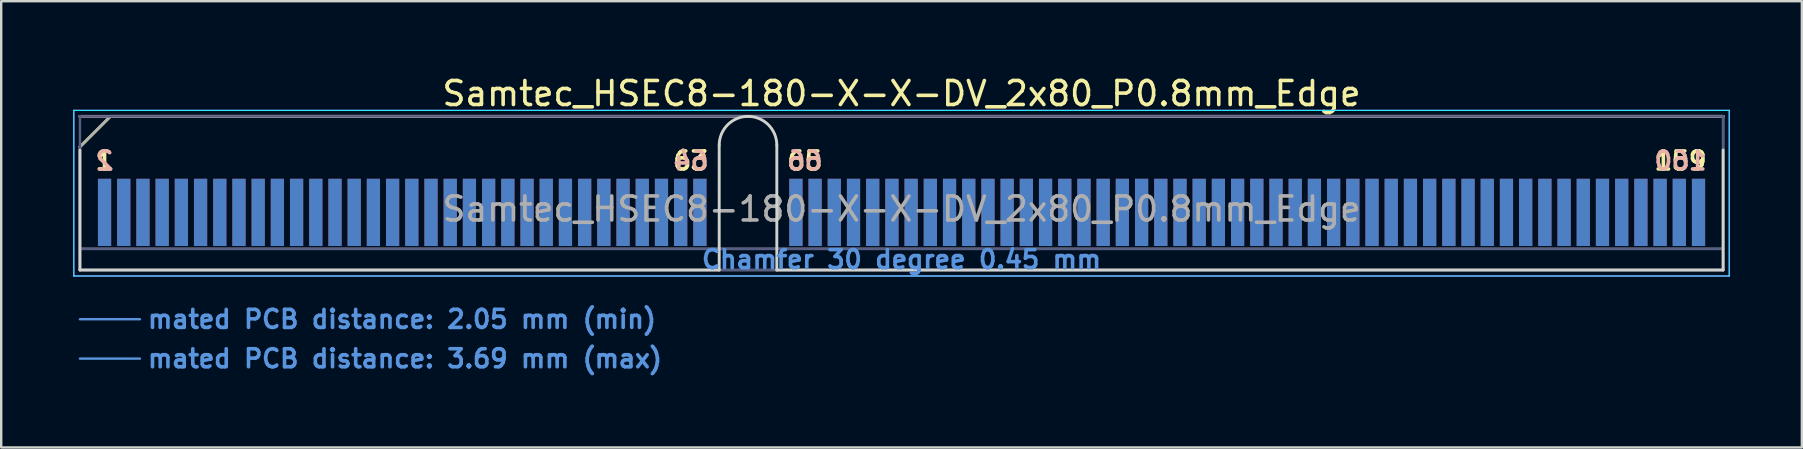
<source format=kicad_pcb>
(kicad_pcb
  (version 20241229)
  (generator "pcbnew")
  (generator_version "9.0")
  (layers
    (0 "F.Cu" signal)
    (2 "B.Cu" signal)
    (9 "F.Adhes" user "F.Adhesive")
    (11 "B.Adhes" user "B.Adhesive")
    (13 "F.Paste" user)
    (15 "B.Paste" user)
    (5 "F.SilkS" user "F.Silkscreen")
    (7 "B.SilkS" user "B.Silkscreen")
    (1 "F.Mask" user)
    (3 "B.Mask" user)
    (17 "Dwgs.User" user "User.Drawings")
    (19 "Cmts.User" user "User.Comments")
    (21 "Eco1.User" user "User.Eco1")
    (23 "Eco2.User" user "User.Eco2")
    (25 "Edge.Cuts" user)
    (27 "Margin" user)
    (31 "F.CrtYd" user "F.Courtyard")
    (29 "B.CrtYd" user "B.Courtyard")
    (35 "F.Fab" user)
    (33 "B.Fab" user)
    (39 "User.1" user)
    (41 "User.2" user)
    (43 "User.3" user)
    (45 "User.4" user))
  (footprint "Samtec_HSEC8-180-X-X-DV_2x80_P0.8mm_Edge"
    (layer "F.Cu")
    (at 34.505 8.198)
    (property "Reference" "Samtec_HSEC8-180-X-X-DV_2x80_P0.8mm_Edge" (at 0 -7.35 0) (layer "F.SilkS") (effects (font (size 1 1) (thickness 0.15))))
    (attr exclude_from_pos_files exclude_from_bom)
    (fp_line (start -34.225 -5.13) (end -32.955 -6.4) (stroke (width 0.12) (type solid)) (layer "F.SilkS"))
    (fp_line (start -32.955 -6.4) (end 34.225 -6.4) (stroke (width 0.12) (type solid)) (layer "F.SilkS"))
    (fp_line (start -34.225 -6.4) (end -34.225 -6.4) (stroke (width 0.12) (type solid)) (layer "B.SilkS"))
    (fp_line (start -34.225 -6.4) (end 34.225 -6.4) (stroke (width 0.12) (type solid)) (layer "B.SilkS"))
    (fp_line (start -34.225 2.05) (end -31.725 2.05) (stroke (width 0.1) (type solid)) (layer "Cmts.User"))
    (fp_line (start -34.225 3.69) (end -31.725 3.69) (stroke (width 0.1) (type solid)) (layer "Cmts.User"))
    (fp_line (start -34.225 -5) (end -34.225 0) (stroke (width 0.12) (type solid)) (layer "Edge.Cuts"))
    (fp_line (start -34.225 0) (end -7.595 0) (stroke (width 0.12) (type solid)) (layer "Edge.Cuts"))
    (fp_line (start -7.595 0) (end -7.595 -5.2) (stroke (width 0.12) (type solid)) (layer "Edge.Cuts"))
    (fp_line (start -5.195 -5.2) (end -5.195 0) (stroke (width 0.12) (type solid)) (layer "Edge.Cuts"))
    (fp_line (start -5.195 0) (end 34.225 0) (stroke (width 0.12) (type solid)) (layer "Edge.Cuts"))
    (fp_line (start 34.225 0) (end 34.225 -5) (stroke (width 0.12) (type solid)) (layer "Edge.Cuts"))
    (fp_arc (start -7.595 -5.2) (mid -6.395 -6.4) (end -5.195 -5.2) (stroke (width 0.12) (type solid)) (layer "Edge.Cuts"))
    (fp_line (start -34.48 -6.65) (end -34.48 0.25) (stroke (width 0.05) (type solid)) (layer "B.CrtYd"))
    (fp_line (start -34.48 0.25) (end 34.48 0.25) (stroke (width 0.05) (type solid)) (layer "B.CrtYd"))
    (fp_line (start 34.48 -6.65) (end -34.48 -6.65) (stroke (width 0.05) (type solid)) (layer "B.CrtYd"))
    (fp_line (start 34.48 0.25) (end 34.48 -6.65) (stroke (width 0.05) (type solid)) (layer "B.CrtYd"))
    (fp_line (start -34.48 -6.65) (end -34.48 0.25) (stroke (width 0.05) (type solid)) (layer "F.CrtYd"))
    (fp_line (start -34.48 0.25) (end 34.48 0.25) (stroke (width 0.05) (type solid)) (layer "F.CrtYd"))
    (fp_line (start 34.48 -6.65) (end -34.48 -6.65) (stroke (width 0.05) (type solid)) (layer "F.CrtYd"))
    (fp_line (start 34.48 0.25) (end 34.48 -6.65) (stroke (width 0.05) (type solid)) (layer "F.CrtYd"))
    (fp_line (start -34.225 -6.4) (end -34.225 -6.4) (stroke (width 0.1) (type solid)) (layer "B.Fab"))
    (fp_line (start -34.225 -6.4) (end -34.225 0) (stroke (width 0.1) (type solid)) (layer "B.Fab"))
    (fp_line (start -34.225 -6.4) (end 34.225 -6.4) (stroke (width 0.1) (type solid)) (layer "B.Fab"))
    (fp_line (start -34.225 -0.88) (end 34.225 -0.88) (stroke (width 0.1) (type solid)) (layer "B.Fab"))
    (fp_line (start -34.225 0) (end 34.225 0) (stroke (width 0.1) (type solid)) (layer "B.Fab"))
    (fp_line (start 34.225 -6.4) (end 34.225 0) (stroke (width 0.1) (type solid)) (layer "B.Fab"))
    (fp_line (start -34.225 -5.13) (end -34.225 0) (stroke (width 0.1) (type solid)) (layer "F.Fab"))
    (fp_line (start -34.225 -5.13) (end -32.955 -6.4) (stroke (width 0.1) (type solid)) (layer "F.Fab"))
    (fp_line (start -34.225 -0.88) (end 34.225 -0.88) (stroke (width 0.1) (type solid)) (layer "F.Fab"))
    (fp_line (start -34.225 0) (end 34.225 0) (stroke (width 0.1) (type solid)) (layer "F.Fab"))
    (fp_line (start -32.955 -6.4) (end 34.225 -6.4) (stroke (width 0.1) (type solid)) (layer "F.Fab"))
    (fp_line (start 34.225 -6.4) (end 34.225 0) (stroke (width 0.1) (type solid)) (layer "F.Fab"))
    (fp_text user "65" (at -4.025 -4.55 0) (layer "F.SilkS") (effects (font (size 0.75 0.75) (thickness 0.15))))
    (fp_text user "1" (at -33.2 -4.55 0) (layer "F.SilkS") (effects (font (size 0.75 0.75) (thickness 0.15))))
    (fp_text user "63" (at -8.775 -4.55 0) (layer "F.SilkS") (effects (font (size 0.75 0.75) (thickness 0.15))))
    (fp_text user "159" (at 32.45 -4.55 0) (layer "F.SilkS") (effects (font (size 0.75 0.75) (thickness 0.15))))
    (fp_text user "2" (at -33.2 -4.55 0) (layer "B.SilkS") (effects (font (size 0.75 0.75) (thickness 0.15)) (justify mirror)))
    (fp_text user "160" (at 32.45 -4.55 0) (layer "B.SilkS") (effects (font (size 0.75 0.75) (thickness 0.15)) (justify mirror)))
    (fp_text user "66" (at -4.025 -4.55 0) (layer "B.SilkS") (effects (font (size 0.75 0.75) (thickness 0.15)) (justify mirror)))
    (fp_text user "64" (at -8.775 -4.55 0) (layer "B.SilkS") (effects (font (size 0.75 0.75) (thickness 0.15)) (justify mirror)))
    (fp_text user "Chamfer 30 degree 0.45 mm" (at 0 -0.44 0) (layer "Cmts.User") (effects (font (size 0.75 0.75) (thickness 0.15))))
    (fp_text user "mated PCB distance: 2.05 mm (min)" (at -31.48 2.05 0) (layer "Cmts.User") (effects (font (size 0.75 0.75) (thickness 0.15)) (justify left)))
    (fp_text user "mated PCB distance: 3.69 mm (max)" (at -31.48 3.69 0) (layer "Cmts.User") (effects (font (size 0.75 0.75) (thickness 0.15)) (justify left)))
    (fp_text user "${REFERENCE}" (at 0 -2.54 0) (layer "F.Fab") (effects (font (size 1 1) (thickness 0.15))))
    (pad "1" connect rect (at -33.2 -2.4) (size 0.55 2.8) (layers "F.Cu" "F.Mask"))
    (pad "2" connect rect (at -33.2 -2.4) (size 0.55 2.8) (layers "B.Cu" "B.Mask"))
    (pad "3" connect rect (at -32.4 -2.4) (size 0.55 2.8) (layers "F.Cu" "F.Mask"))
    (pad "4" connect rect (at -32.4 -2.4) (size 0.55 2.8) (layers "B.Cu" "B.Mask"))
    (pad "5" connect rect (at -31.6 -2.4) (size 0.55 2.8) (layers "F.Cu" "F.Mask"))
    (pad "6" connect rect (at -31.6 -2.4) (size 0.55 2.8) (layers "B.Cu" "B.Mask"))
    (pad "7" connect rect (at -30.8 -2.4) (size 0.55 2.8) (layers "F.Cu" "F.Mask"))
    (pad "8" connect rect (at -30.8 -2.4) (size 0.55 2.8) (layers "B.Cu" "B.Mask"))
    (pad "9" connect rect (at -30 -2.4) (size 0.55 2.8) (layers "F.Cu" "F.Mask"))
    (pad "10" connect rect (at -30 -2.4) (size 0.55 2.8) (layers "B.Cu" "B.Mask"))
    (pad "11" connect rect (at -29.2 -2.4) (size 0.55 2.8) (layers "F.Cu" "F.Mask"))
    (pad "12" connect rect (at -29.2 -2.4) (size 0.55 2.8) (layers "B.Cu" "B.Mask"))
    (pad "13" connect rect (at -28.4 -2.4) (size 0.55 2.8) (layers "F.Cu" "F.Mask"))
    (pad "14" connect rect (at -28.4 -2.4) (size 0.55 2.8) (layers "B.Cu" "B.Mask"))
    (pad "15" connect rect (at -27.6 -2.4) (size 0.55 2.8) (layers "F.Cu" "F.Mask"))
    (pad "16" connect rect (at -27.6 -2.4) (size 0.55 2.8) (layers "B.Cu" "B.Mask"))
    (pad "17" connect rect (at -26.8 -2.4) (size 0.55 2.8) (layers "F.Cu" "F.Mask"))
    (pad "18" connect rect (at -26.8 -2.4) (size 0.55 2.8) (layers "B.Cu" "B.Mask"))
    (pad "19" connect rect (at -26 -2.4) (size 0.55 2.8) (layers "F.Cu" "F.Mask"))
    (pad "20" connect rect (at -26 -2.4) (size 0.55 2.8) (layers "B.Cu" "B.Mask"))
    (pad "21" connect rect (at -25.2 -2.4) (size 0.55 2.8) (layers "F.Cu" "F.Mask"))
    (pad "22" connect rect (at -25.2 -2.4) (size 0.55 2.8) (layers "B.Cu" "B.Mask"))
    (pad "23" connect rect (at -24.4 -2.4) (size 0.55 2.8) (layers "F.Cu" "F.Mask"))
    (pad "24" connect rect (at -24.4 -2.4) (size 0.55 2.8) (layers "B.Cu" "B.Mask"))
    (pad "25" connect rect (at -23.6 -2.4) (size 0.55 2.8) (layers "F.Cu" "F.Mask"))
    (pad "26" connect rect (at -23.6 -2.4) (size 0.55 2.8) (layers "B.Cu" "B.Mask"))
    (pad "27" connect rect (at -22.8 -2.4) (size 0.55 2.8) (layers "F.Cu" "F.Mask"))
    (pad "28" connect rect (at -22.8 -2.4) (size 0.55 2.8) (layers "B.Cu" "B.Mask"))
    (pad "29" connect rect (at -22 -2.4) (size 0.55 2.8) (layers "F.Cu" "F.Mask"))
    (pad "30" connect rect (at -22 -2.4) (size 0.55 2.8) (layers "B.Cu" "B.Mask"))
    (pad "31" connect rect (at -21.2 -2.4) (size 0.55 2.8) (layers "F.Cu" "F.Mask"))
    (pad "32" connect rect (at -21.2 -2.4) (size 0.55 2.8) (layers "B.Cu" "B.Mask"))
    (pad "33" connect rect (at -20.4 -2.4) (size 0.55 2.8) (layers "F.Cu" "F.Mask"))
    (pad "34" connect rect (at -20.4 -2.4) (size 0.55 2.8) (layers "B.Cu" "B.Mask"))
    (pad "35" connect rect (at -19.6 -2.4) (size 0.55 2.8) (layers "F.Cu" "F.Mask"))
    (pad "36" connect rect (at -19.6 -2.4) (size 0.55 2.8) (layers "B.Cu" "B.Mask"))
    (pad "37" connect rect (at -18.8 -2.4) (size 0.55 2.8) (layers "F.Cu" "F.Mask"))
    (pad "38" connect rect (at -18.8 -2.4) (size 0.55 2.8) (layers "B.Cu" "B.Mask"))
    (pad "39" connect rect (at -18 -2.4) (size 0.55 2.8) (layers "F.Cu" "F.Mask"))
    (pad "40" connect rect (at -18 -2.4) (size 0.55 2.8) (layers "B.Cu" "B.Mask"))
    (pad "41" connect rect (at -17.2 -2.4) (size 0.55 2.8) (layers "F.Cu" "F.Mask"))
    (pad "42" connect rect (at -17.2 -2.4) (size 0.55 2.8) (layers "B.Cu" "B.Mask"))
    (pad "43" connect rect (at -16.4 -2.4) (size 0.55 2.8) (layers "F.Cu" "F.Mask"))
    (pad "44" connect rect (at -16.4 -2.4) (size 0.55 2.8) (layers "B.Cu" "B.Mask"))
    (pad "45" connect rect (at -15.6 -2.4) (size 0.55 2.8) (layers "F.Cu" "F.Mask"))
    (pad "46" connect rect (at -15.6 -2.4) (size 0.55 2.8) (layers "B.Cu" "B.Mask"))
    (pad "47" connect rect (at -14.8 -2.4) (size 0.55 2.8) (layers "F.Cu" "F.Mask"))
    (pad "48" connect rect (at -14.8 -2.4) (size 0.55 2.8) (layers "B.Cu" "B.Mask"))
    (pad "49" connect rect (at -14 -2.4) (size 0.55 2.8) (layers "F.Cu" "F.Mask"))
    (pad "50" connect rect (at -14 -2.4) (size 0.55 2.8) (layers "B.Cu" "B.Mask"))
    (pad "51" connect rect (at -13.2 -2.4) (size 0.55 2.8) (layers "F.Cu" "F.Mask"))
    (pad "52" connect rect (at -13.2 -2.4) (size 0.55 2.8) (layers "B.Cu" "B.Mask"))
    (pad "53" connect rect (at -12.4 -2.4) (size 0.55 2.8) (layers "F.Cu" "F.Mask"))
    (pad "54" connect rect (at -12.4 -2.4) (size 0.55 2.8) (layers "B.Cu" "B.Mask"))
    (pad "55" connect rect (at -11.6 -2.4) (size 0.55 2.8) (layers "F.Cu" "F.Mask"))
    (pad "56" connect rect (at -11.6 -2.4) (size 0.55 2.8) (layers "B.Cu" "B.Mask"))
    (pad "57" connect rect (at -10.8 -2.4) (size 0.55 2.8) (layers "F.Cu" "F.Mask"))
    (pad "58" connect rect (at -10.8 -2.4) (size 0.55 2.8) (layers "B.Cu" "B.Mask"))
    (pad "59" connect rect (at -10 -2.4) (size 0.55 2.8) (layers "F.Cu" "F.Mask"))
    (pad "60" connect rect (at -10 -2.4) (size 0.55 2.8) (layers "B.Cu" "B.Mask"))
    (pad "61" connect rect (at -9.2 -2.4) (size 0.55 2.8) (layers "F.Cu" "F.Mask"))
    (pad "62" connect rect (at -9.2 -2.4) (size 0.55 2.8) (layers "B.Cu" "B.Mask"))
    (pad "63" connect rect (at -8.4 -2.4) (size 0.55 2.8) (layers "F.Cu" "F.Mask"))
    (pad "64" connect rect (at -8.4 -2.4) (size 0.55 2.8) (layers "B.Cu" "B.Mask"))
    (pad "65" connect rect (at -4.4 -2.4) (size 0.55 2.8) (layers "F.Cu" "F.Mask"))
    (pad "66" connect rect (at -4.4 -2.4) (size 0.55 2.8) (layers "B.Cu" "B.Mask"))
    (pad "67" connect rect (at -3.6 -2.4) (size 0.55 2.8) (layers "F.Cu" "F.Mask"))
    (pad "68" connect rect (at -3.6 -2.4) (size 0.55 2.8) (layers "B.Cu" "B.Mask"))
    (pad "69" connect rect (at -2.8 -2.4) (size 0.55 2.8) (layers "F.Cu" "F.Mask"))
    (pad "70" connect rect (at -2.8 -2.4) (size 0.55 2.8) (layers "B.Cu" "B.Mask"))
    (pad "71" connect rect (at -2 -2.4) (size 0.55 2.8) (layers "F.Cu" "F.Mask"))
    (pad "72" connect rect (at -2 -2.4) (size 0.55 2.8) (layers "B.Cu" "B.Mask"))
    (pad "73" connect rect (at -1.2 -2.4) (size 0.55 2.8) (layers "F.Cu" "F.Mask"))
    (pad "74" connect rect (at -1.2 -2.4) (size 0.55 2.8) (layers "B.Cu" "B.Mask"))
    (pad "75" connect rect (at -0.4 -2.4) (size 0.55 2.8) (layers "F.Cu" "F.Mask"))
    (pad "76" connect rect (at -0.4 -2.4) (size 0.55 2.8) (layers "B.Cu" "B.Mask"))
    (pad "77" connect rect (at 0.4 -2.4) (size 0.55 2.8) (layers "F.Cu" "F.Mask"))
    (pad "78" connect rect (at 0.4 -2.4) (size 0.55 2.8) (layers "B.Cu" "B.Mask"))
    (pad "79" connect rect (at 1.2 -2.4) (size 0.55 2.8) (layers "F.Cu" "F.Mask"))
    (pad "80" connect rect (at 1.2 -2.4) (size 0.55 2.8) (layers "B.Cu" "B.Mask"))
    (pad "81" connect rect (at 2 -2.4) (size 0.55 2.8) (layers "F.Cu" "F.Mask"))
    (pad "82" connect rect (at 2 -2.4) (size 0.55 2.8) (layers "B.Cu" "B.Mask"))
    (pad "83" connect rect (at 2.8 -2.4) (size 0.55 2.8) (layers "F.Cu" "F.Mask"))
    (pad "84" connect rect (at 2.8 -2.4) (size 0.55 2.8) (layers "B.Cu" "B.Mask"))
    (pad "85" connect rect (at 3.6 -2.4) (size 0.55 2.8) (layers "F.Cu" "F.Mask"))
    (pad "86" connect rect (at 3.6 -2.4) (size 0.55 2.8) (layers "B.Cu" "B.Mask"))
    (pad "87" connect rect (at 4.4 -2.4) (size 0.55 2.8) (layers "F.Cu" "F.Mask"))
    (pad "88" connect rect (at 4.4 -2.4) (size 0.55 2.8) (layers "B.Cu" "B.Mask"))
    (pad "89" connect rect (at 5.2 -2.4) (size 0.55 2.8) (layers "F.Cu" "F.Mask"))
    (pad "90" connect rect (at 5.2 -2.4) (size 0.55 2.8) (layers "B.Cu" "B.Mask"))
    (pad "91" connect rect (at 6 -2.4) (size 0.55 2.8) (layers "F.Cu" "F.Mask"))
    (pad "92" connect rect (at 6 -2.4) (size 0.55 2.8) (layers "B.Cu" "B.Mask"))
    (pad "93" connect rect (at 6.8 -2.4) (size 0.55 2.8) (layers "F.Cu" "F.Mask"))
    (pad "94" connect rect (at 6.8 -2.4) (size 0.55 2.8) (layers "B.Cu" "B.Mask"))
    (pad "95" connect rect (at 7.6 -2.4) (size 0.55 2.8) (layers "F.Cu" "F.Mask"))
    (pad "96" connect rect (at 7.6 -2.4) (size 0.55 2.8) (layers "B.Cu" "B.Mask"))
    (pad "97" connect rect (at 8.4 -2.4) (size 0.55 2.8) (layers "F.Cu" "F.Mask"))
    (pad "98" connect rect (at 8.4 -2.4) (size 0.55 2.8) (layers "B.Cu" "B.Mask"))
    (pad "99" connect rect (at 9.2 -2.4) (size 0.55 2.8) (layers "F.Cu" "F.Mask"))
    (pad "100" connect rect (at 9.2 -2.4) (size 0.55 2.8) (layers "B.Cu" "B.Mask"))
    (pad "101" connect rect (at 10 -2.4) (size 0.55 2.8) (layers "F.Cu" "F.Mask"))
    (pad "102" connect rect (at 10 -2.4) (size 0.55 2.8) (layers "B.Cu" "B.Mask"))
    (pad "103" connect rect (at 10.8 -2.4) (size 0.55 2.8) (layers "F.Cu" "F.Mask"))
    (pad "104" connect rect (at 10.8 -2.4) (size 0.55 2.8) (layers "B.Cu" "B.Mask"))
    (pad "105" connect rect (at 11.6 -2.4) (size 0.55 2.8) (layers "F.Cu" "F.Mask"))
    (pad "106" connect rect (at 11.6 -2.4) (size 0.55 2.8) (layers "B.Cu" "B.Mask"))
    (pad "107" connect rect (at 12.4 -2.4) (size 0.55 2.8) (layers "F.Cu" "F.Mask"))
    (pad "108" connect rect (at 12.4 -2.4) (size 0.55 2.8) (layers "B.Cu" "B.Mask"))
    (pad "109" connect rect (at 13.2 -2.4) (size 0.55 2.8) (layers "F.Cu" "F.Mask"))
    (pad "110" connect rect (at 13.2 -2.4) (size 0.55 2.8) (layers "B.Cu" "B.Mask"))
    (pad "111" connect rect (at 14 -2.4) (size 0.55 2.8) (layers "F.Cu" "F.Mask"))
    (pad "112" connect rect (at 14 -2.4) (size 0.55 2.8) (layers "B.Cu" "B.Mask"))
    (pad "113" connect rect (at 14.8 -2.4) (size 0.55 2.8) (layers "F.Cu" "F.Mask"))
    (pad "114" connect rect (at 14.8 -2.4) (size 0.55 2.8) (layers "B.Cu" "B.Mask"))
    (pad "115" connect rect (at 15.6 -2.4) (size 0.55 2.8) (layers "F.Cu" "F.Mask"))
    (pad "116" connect rect (at 15.6 -2.4) (size 0.55 2.8) (layers "B.Cu" "B.Mask"))
    (pad "117" connect rect (at 16.4 -2.4) (size 0.55 2.8) (layers "F.Cu" "F.Mask"))
    (pad "118" connect rect (at 16.4 -2.4) (size 0.55 2.8) (layers "B.Cu" "B.Mask"))
    (pad "119" connect rect (at 17.2 -2.4) (size 0.55 2.8) (layers "F.Cu" "F.Mask"))
    (pad "120" connect rect (at 17.2 -2.4) (size 0.55 2.8) (layers "B.Cu" "B.Mask"))
    (pad "121" connect rect (at 18 -2.4) (size 0.55 2.8) (layers "F.Cu" "F.Mask"))
    (pad "122" connect rect (at 18 -2.4) (size 0.55 2.8) (layers "B.Cu" "B.Mask"))
    (pad "123" connect rect (at 18.8 -2.4) (size 0.55 2.8) (layers "F.Cu" "F.Mask"))
    (pad "124" connect rect (at 18.8 -2.4) (size 0.55 2.8) (layers "B.Cu" "B.Mask"))
    (pad "125" connect rect (at 19.6 -2.4) (size 0.55 2.8) (layers "F.Cu" "F.Mask"))
    (pad "126" connect rect (at 19.6 -2.4) (size 0.55 2.8) (layers "B.Cu" "B.Mask"))
    (pad "127" connect rect (at 20.4 -2.4) (size 0.55 2.8) (layers "F.Cu" "F.Mask"))
    (pad "128" connect rect (at 20.4 -2.4) (size 0.55 2.8) (layers "B.Cu" "B.Mask"))
    (pad "129" connect rect (at 21.2 -2.4) (size 0.55 2.8) (layers "F.Cu" "F.Mask"))
    (pad "130" connect rect (at 21.2 -2.4) (size 0.55 2.8) (layers "B.Cu" "B.Mask"))
    (pad "131" connect rect (at 22 -2.4) (size 0.55 2.8) (layers "F.Cu" "F.Mask"))
    (pad "132" connect rect (at 22 -2.4) (size 0.55 2.8) (layers "B.Cu" "B.Mask"))
    (pad "133" connect rect (at 22.8 -2.4) (size 0.55 2.8) (layers "F.Cu" "F.Mask"))
    (pad "134" connect rect (at 22.8 -2.4) (size 0.55 2.8) (layers "B.Cu" "B.Mask"))
    (pad "135" connect rect (at 23.6 -2.4) (size 0.55 2.8) (layers "F.Cu" "F.Mask"))
    (pad "136" connect rect (at 23.6 -2.4) (size 0.55 2.8) (layers "B.Cu" "B.Mask"))
    (pad "137" connect rect (at 24.4 -2.4) (size 0.55 2.8) (layers "F.Cu" "F.Mask"))
    (pad "138" connect rect (at 24.4 -2.4) (size 0.55 2.8) (layers "B.Cu" "B.Mask"))
    (pad "139" connect rect (at 25.2 -2.4) (size 0.55 2.8) (layers "F.Cu" "F.Mask"))
    (pad "140" connect rect (at 25.2 -2.4) (size 0.55 2.8) (layers "B.Cu" "B.Mask"))
    (pad "141" connect rect (at 26 -2.4) (size 0.55 2.8) (layers "F.Cu" "F.Mask"))
    (pad "142" connect rect (at 26 -2.4) (size 0.55 2.8) (layers "B.Cu" "B.Mask"))
    (pad "143" connect rect (at 26.8 -2.4) (size 0.55 2.8) (layers "F.Cu" "F.Mask"))
    (pad "144" connect rect (at 26.8 -2.4) (size 0.55 2.8) (layers "B.Cu" "B.Mask"))
    (pad "145" connect rect (at 27.6 -2.4) (size 0.55 2.8) (layers "F.Cu" "F.Mask"))
    (pad "146" connect rect (at 27.6 -2.4) (size 0.55 2.8) (layers "B.Cu" "B.Mask"))
    (pad "147" connect rect (at 28.4 -2.4) (size 0.55 2.8) (layers "F.Cu" "F.Mask"))
    (pad "148" connect rect (at 28.4 -2.4) (size 0.55 2.8) (layers "B.Cu" "B.Mask"))
    (pad "149" connect rect (at 29.2 -2.4) (size 0.55 2.8) (layers "F.Cu" "F.Mask"))
    (pad "150" connect rect (at 29.2 -2.4) (size 0.55 2.8) (layers "B.Cu" "B.Mask"))
    (pad "151" connect rect (at 30 -2.4) (size 0.55 2.8) (layers "F.Cu" "F.Mask"))
    (pad "152" connect rect (at 30 -2.4) (size 0.55 2.8) (layers "B.Cu" "B.Mask"))
    (pad "153" connect rect (at 30.8 -2.4) (size 0.55 2.8) (layers "F.Cu" "F.Mask"))
    (pad "154" connect rect (at 30.8 -2.4) (size 0.55 2.8) (layers "B.Cu" "B.Mask"))
    (pad "155" connect rect (at 31.6 -2.4) (size 0.55 2.8) (layers "F.Cu" "F.Mask"))
    (pad "156" connect rect (at 31.6 -2.4) (size 0.55 2.8) (layers "B.Cu" "B.Mask"))
    (pad "157" connect rect (at 32.4 -2.4) (size 0.55 2.8) (layers "F.Cu" "F.Mask"))
    (pad "158" connect rect (at 32.4 -2.4) (size 0.55 2.8) (layers "B.Cu" "B.Mask"))
    (pad "159" connect rect (at 33.2 -2.4) (size 0.55 2.8) (layers "F.Cu" "F.Mask"))
    (pad "160" connect rect (at 33.2 -2.4) (size 0.55 2.8) (layers "B.Cu" "B.Mask")))
  (gr_rect
    (start -3 -3)
    (end 72.01 15.59)
    (stroke (width 0.1) (type default))
    (fill no)
    (layer "Edge.Cuts")))
</source>
